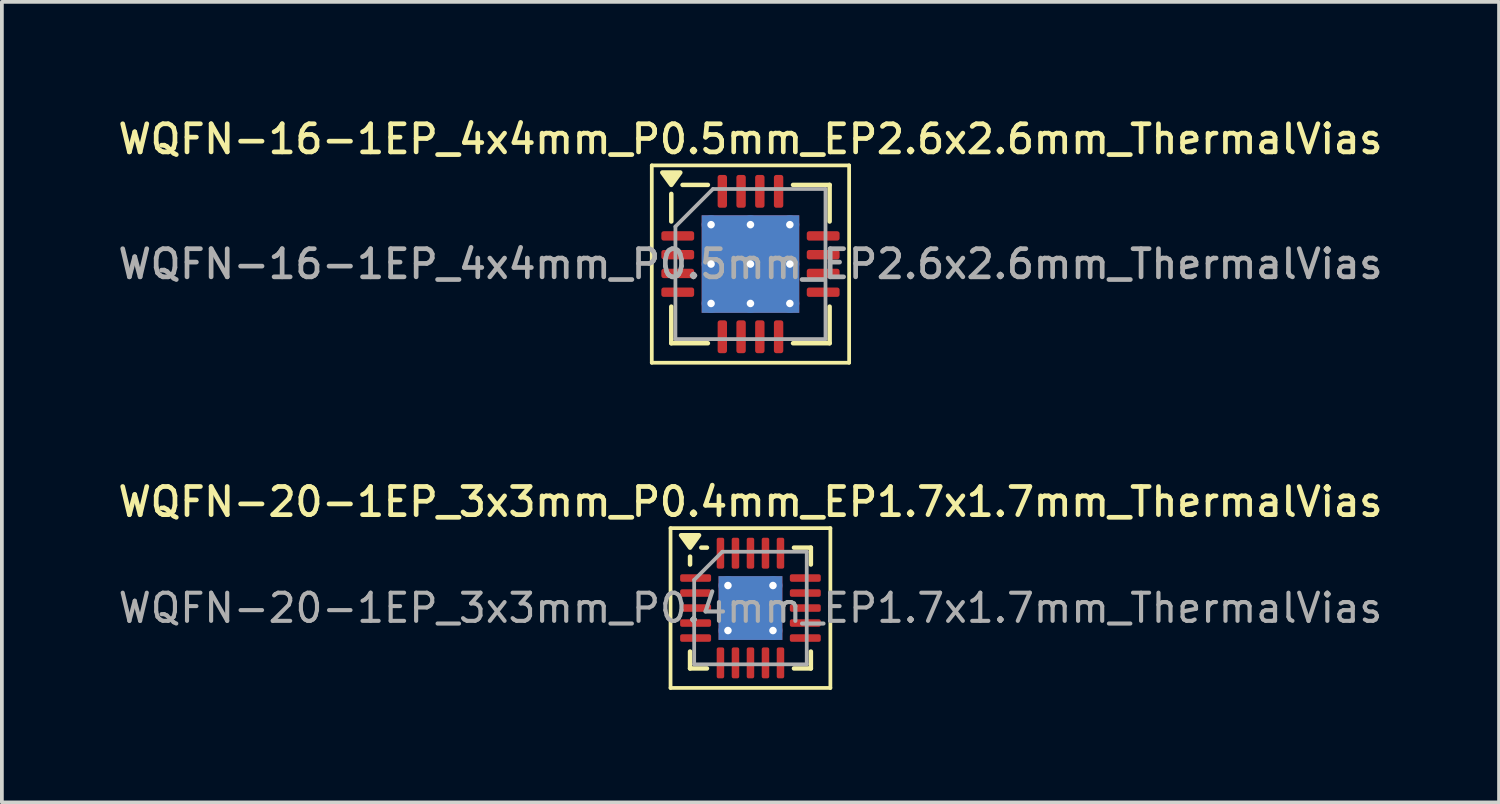
<source format=kicad_pcb>
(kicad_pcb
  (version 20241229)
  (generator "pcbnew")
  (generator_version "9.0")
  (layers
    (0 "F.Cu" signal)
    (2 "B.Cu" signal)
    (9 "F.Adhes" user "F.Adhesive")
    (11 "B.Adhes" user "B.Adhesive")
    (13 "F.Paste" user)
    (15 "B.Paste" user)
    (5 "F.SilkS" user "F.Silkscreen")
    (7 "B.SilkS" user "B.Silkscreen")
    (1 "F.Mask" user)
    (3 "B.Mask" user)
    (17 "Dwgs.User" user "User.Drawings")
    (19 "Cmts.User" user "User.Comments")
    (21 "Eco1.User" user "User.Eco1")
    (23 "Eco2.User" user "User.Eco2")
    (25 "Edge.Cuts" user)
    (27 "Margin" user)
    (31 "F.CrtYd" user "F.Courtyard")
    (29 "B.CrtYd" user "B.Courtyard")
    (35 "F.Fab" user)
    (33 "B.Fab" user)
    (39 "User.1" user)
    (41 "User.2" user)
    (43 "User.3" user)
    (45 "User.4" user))
  (footprint "WQFN-20-1EP_3x3mm_P0.4mm_EP1.7x1.7mm_ThermalVias"
    (layer "F.Cu")
    (at 16.952 13.156)
    (property "Reference" "WQFN-20-1EP_3x3mm_P0.4mm_EP1.7x1.7mm_ThermalVias" (at 0 -2.83 0) (layer "F.SilkS") (effects (font (size 0.75 0.75) (thickness 0.125))))
    (attr smd)
    (fp_line (start -2.13 -2.13) (end -2.13 2.13) (stroke (width 0.1) (type solid)) (layer "F.SilkS"))
    (fp_line (start -2.13 2.13) (end 2.13 2.13) (stroke (width 0.1) (type solid)) (layer "F.SilkS"))
    (fp_line (start -1.61 -1.16) (end -1.61 -1.37) (stroke (width 0.12) (type solid)) (layer "F.SilkS"))
    (fp_line (start -1.61 1.61) (end -1.61 1.16) (stroke (width 0.12) (type solid)) (layer "F.SilkS"))
    (fp_line (start -1.16 -1.61) (end -1.31 -1.61) (stroke (width 0.12) (type solid)) (layer "F.SilkS"))
    (fp_line (start -1.16 1.61) (end -1.61 1.61) (stroke (width 0.12) (type solid)) (layer "F.SilkS"))
    (fp_line (start 1.16 -1.61) (end 1.61 -1.61) (stroke (width 0.12) (type solid)) (layer "F.SilkS"))
    (fp_line (start 1.16 1.61) (end 1.61 1.61) (stroke (width 0.12) (type solid)) (layer "F.SilkS"))
    (fp_line (start 1.61 -1.61) (end 1.61 -1.16) (stroke (width 0.12) (type solid)) (layer "F.SilkS"))
    (fp_line (start 1.61 1.61) (end 1.61 1.16) (stroke (width 0.12) (type solid)) (layer "F.SilkS"))
    (fp_line (start 2.13 -2.13) (end -2.13 -2.13) (stroke (width 0.1) (type solid)) (layer "F.SilkS"))
    (fp_line (start 2.13 2.13) (end 2.13 -2.13) (stroke (width 0.1) (type solid)) (layer "F.SilkS"))
    (fp_poly (pts (xy -1.61 -1.61) (xy -1.85 -1.94) (xy -1.37 -1.94) (xy -1.61 -1.61)) (stroke (width 0.12) (type solid)) (fill yes) (layer "F.SilkS"))
    (fp_line (start -1.5 -0.75) (end -0.75 -1.5) (stroke (width 0.1) (type solid)) (layer "F.Fab"))
    (fp_line (start -1.5 1.5) (end -1.5 -0.75) (stroke (width 0.1) (type solid)) (layer "F.Fab"))
    (fp_line (start -0.75 -1.5) (end 1.5 -1.5) (stroke (width 0.1) (type solid)) (layer "F.Fab"))
    (fp_line (start 1.5 -1.5) (end 1.5 1.5) (stroke (width 0.1) (type solid)) (layer "F.Fab"))
    (fp_line (start 1.5 1.5) (end -1.5 1.5) (stroke (width 0.1) (type solid)) (layer "F.Fab"))
    (fp_text user "${REFERENCE}" (at 0 0 0) (layer "F.Fab") (effects (font (size 0.75 0.75) (thickness 0.11))))
    (pad "" smd roundrect (at -0.425 -0.425) (size 0.69 0.69) (layers "F.Paste") (roundrect_rratio 0.25))
    (pad "" smd roundrect (at -0.425 0.425) (size 0.69 0.69) (layers "F.Paste") (roundrect_rratio 0.25))
    (pad "" smd roundrect (at 0.425 -0.425) (size 0.69 0.69) (layers "F.Paste") (roundrect_rratio 0.25))
    (pad "" smd roundrect (at 0.425 0.425) (size 0.69 0.69) (layers "F.Paste") (roundrect_rratio 0.25))
    (pad "1" smd roundrect (at -1.462 -0.8) (size 0.825 0.2) (layers "F.Cu" "F.Mask" "F.Paste") (roundrect_rratio 0.25))
    (pad "2" smd roundrect (at -1.462 -0.4) (size 0.825 0.2) (layers "F.Cu" "F.Mask" "F.Paste") (roundrect_rratio 0.25))
    (pad "3" smd roundrect (at -1.462 0) (size 0.825 0.2) (layers "F.Cu" "F.Mask" "F.Paste") (roundrect_rratio 0.25))
    (pad "4" smd roundrect (at -1.462 0.4) (size 0.825 0.2) (layers "F.Cu" "F.Mask" "F.Paste") (roundrect_rratio 0.25))
    (pad "5" smd roundrect (at -1.462 0.8) (size 0.825 0.2) (layers "F.Cu" "F.Mask" "F.Paste") (roundrect_rratio 0.25))
    (pad "6" smd roundrect (at -0.8 1.462) (size 0.2 0.825) (layers "F.Cu" "F.Mask" "F.Paste") (roundrect_rratio 0.25))
    (pad "7" smd roundrect (at -0.4 1.462) (size 0.2 0.825) (layers "F.Cu" "F.Mask" "F.Paste") (roundrect_rratio 0.25))
    (pad "8" smd roundrect (at 0 1.462) (size 0.2 0.825) (layers "F.Cu" "F.Mask" "F.Paste") (roundrect_rratio 0.25))
    (pad "9" smd roundrect (at 0.4 1.462) (size 0.2 0.825) (layers "F.Cu" "F.Mask" "F.Paste") (roundrect_rratio 0.25))
    (pad "10" smd roundrect (at 0.8 1.462) (size 0.2 0.825) (layers "F.Cu" "F.Mask" "F.Paste") (roundrect_rratio 0.25))
    (pad "11" smd roundrect (at 1.462 0.8) (size 0.825 0.2) (layers "F.Cu" "F.Mask" "F.Paste") (roundrect_rratio 0.25))
    (pad "12" smd roundrect (at 1.462 0.4) (size 0.825 0.2) (layers "F.Cu" "F.Mask" "F.Paste") (roundrect_rratio 0.25))
    (pad "13" smd roundrect (at 1.462 0) (size 0.825 0.2) (layers "F.Cu" "F.Mask" "F.Paste") (roundrect_rratio 0.25))
    (pad "14" smd roundrect (at 1.462 -0.4) (size 0.825 0.2) (layers "F.Cu" "F.Mask" "F.Paste") (roundrect_rratio 0.25))
    (pad "15" smd roundrect (at 1.462 -0.8) (size 0.825 0.2) (layers "F.Cu" "F.Mask" "F.Paste") (roundrect_rratio 0.25))
    (pad "16" smd roundrect (at 0.8 -1.462) (size 0.2 0.825) (layers "F.Cu" "F.Mask" "F.Paste") (roundrect_rratio 0.25))
    (pad "17" smd roundrect (at 0.4 -1.462) (size 0.2 0.825) (layers "F.Cu" "F.Mask" "F.Paste") (roundrect_rratio 0.25))
    (pad "18" smd roundrect (at 0 -1.462) (size 0.2 0.825) (layers "F.Cu" "F.Mask" "F.Paste") (roundrect_rratio 0.25))
    (pad "19" smd roundrect (at -0.4 -1.462) (size 0.2 0.825) (layers "F.Cu" "F.Mask" "F.Paste") (roundrect_rratio 0.25))
    (pad "20" smd roundrect (at -0.8 -1.462) (size 0.2 0.825) (layers "F.Cu" "F.Mask" "F.Paste") (roundrect_rratio 0.25))
    (pad "21" thru_hole circle (at -0.6 -0.6) (size 0.5 0.5) (drill 0.2) (property pad_prop_heatsink) (layers "*.Cu"))
    (pad "21" thru_hole circle (at -0.6 0.6) (size 0.5 0.5) (drill 0.2) (property pad_prop_heatsink) (layers "*.Cu"))
    (pad "21" smd rect (at 0 0) (size 1.7 1.7) (property pad_prop_heatsink) (layers "F.Cu" "F.Mask"))
    (pad "21" smd rect (at 0 0) (size 1.7 1.7) (property pad_prop_heatsink) (layers "B.Cu"))
    (pad "21" thru_hole circle (at 0.6 -0.6) (size 0.5 0.5) (drill 0.2) (property pad_prop_heatsink) (layers "*.Cu"))
    (pad "21" thru_hole circle (at 0.6 0.6) (size 0.5 0.5) (drill 0.2) (property pad_prop_heatsink) (layers "*.Cu")))
  (footprint "WQFN-16-1EP_4x4mm_P0.5mm_EP2.6x2.6mm_ThermalVias"
    (layer "F.Cu")
    (at 16.952 3.988)
    (property "Reference" "WQFN-16-1EP_4x4mm_P0.5mm_EP2.6x2.6mm_ThermalVias" (at 0 -3.33 0) (layer "F.SilkS") (effects (font (size 0.75 0.75) (thickness 0.125))))
    (attr smd)
    (fp_line (start -2.63 -2.63) (end -2.63 2.63) (stroke (width 0.1) (type solid)) (layer "F.SilkS"))
    (fp_line (start -2.63 2.63) (end 2.63 2.63) (stroke (width 0.1) (type solid)) (layer "F.SilkS"))
    (fp_line (start -2.11 -1.135) (end -2.11 -1.87) (stroke (width 0.12) (type solid)) (layer "F.SilkS"))
    (fp_line (start -2.11 2.11) (end -2.11 1.135) (stroke (width 0.12) (type solid)) (layer "F.SilkS"))
    (fp_line (start -1.135 -2.11) (end -1.81 -2.11) (stroke (width 0.12) (type solid)) (layer "F.SilkS"))
    (fp_line (start -1.135 2.11) (end -2.11 2.11) (stroke (width 0.12) (type solid)) (layer "F.SilkS"))
    (fp_line (start 1.135 -2.11) (end 2.11 -2.11) (stroke (width 0.12) (type solid)) (layer "F.SilkS"))
    (fp_line (start 1.135 2.11) (end 2.11 2.11) (stroke (width 0.12) (type solid)) (layer "F.SilkS"))
    (fp_line (start 2.11 -2.11) (end 2.11 -1.135) (stroke (width 0.12) (type solid)) (layer "F.SilkS"))
    (fp_line (start 2.11 2.11) (end 2.11 1.135) (stroke (width 0.12) (type solid)) (layer "F.SilkS"))
    (fp_line (start 2.63 -2.63) (end -2.63 -2.63) (stroke (width 0.1) (type solid)) (layer "F.SilkS"))
    (fp_line (start 2.63 2.63) (end 2.63 -2.63) (stroke (width 0.1) (type solid)) (layer "F.SilkS"))
    (fp_poly (pts (xy -2.11 -2.11) (xy -2.35 -2.44) (xy -1.87 -2.44) (xy -2.11 -2.11)) (stroke (width 0.12) (type solid)) (fill yes) (layer "F.SilkS"))
    (fp_line (start -2 -1) (end -1 -2) (stroke (width 0.1) (type solid)) (layer "F.Fab"))
    (fp_line (start -2 2) (end -2 -1) (stroke (width 0.1) (type solid)) (layer "F.Fab"))
    (fp_line (start -1 -2) (end 2 -2) (stroke (width 0.1) (type solid)) (layer "F.Fab"))
    (fp_line (start 2 -2) (end 2 2) (stroke (width 0.1) (type solid)) (layer "F.Fab"))
    (fp_line (start 2 2) (end -2 2) (stroke (width 0.1) (type solid)) (layer "F.Fab"))
    (fp_text user "${REFERENCE}" (at 0 0 0) (layer "F.Fab") (effects (font (size 0.75 0.75) (thickness 0.125))))
    (pad "" smd roundrect (at -0.65 -0.65) (size 1.13 1.13) (layers "F.Paste") (roundrect_rratio 0.221))
    (pad "" smd roundrect (at -0.65 0.65) (size 1.13 1.13) (layers "F.Paste") (roundrect_rratio 0.221))
    (pad "" smd roundrect (at 0.65 -0.65) (size 1.13 1.13) (layers "F.Paste") (roundrect_rratio 0.221))
    (pad "" smd roundrect (at 0.65 0.65) (size 1.13 1.13) (layers "F.Paste") (roundrect_rratio 0.221))
    (pad "1" smd roundrect (at -1.938 -0.75) (size 0.875 0.25) (layers "F.Cu" "F.Mask" "F.Paste") (roundrect_rratio 0.25))
    (pad "2" smd roundrect (at -1.938 -0.25) (size 0.875 0.25) (layers "F.Cu" "F.Mask" "F.Paste") (roundrect_rratio 0.25))
    (pad "3" smd roundrect (at -1.938 0.25) (size 0.875 0.25) (layers "F.Cu" "F.Mask" "F.Paste") (roundrect_rratio 0.25))
    (pad "4" smd roundrect (at -1.938 0.75) (size 0.875 0.25) (layers "F.Cu" "F.Mask" "F.Paste") (roundrect_rratio 0.25))
    (pad "5" smd roundrect (at -0.75 1.938) (size 0.25 0.875) (layers "F.Cu" "F.Mask" "F.Paste") (roundrect_rratio 0.25))
    (pad "6" smd roundrect (at -0.25 1.938) (size 0.25 0.875) (layers "F.Cu" "F.Mask" "F.Paste") (roundrect_rratio 0.25))
    (pad "7" smd roundrect (at 0.25 1.938) (size 0.25 0.875) (layers "F.Cu" "F.Mask" "F.Paste") (roundrect_rratio 0.25))
    (pad "8" smd roundrect (at 0.75 1.938) (size 0.25 0.875) (layers "F.Cu" "F.Mask" "F.Paste") (roundrect_rratio 0.25))
    (pad "9" smd roundrect (at 1.938 0.75) (size 0.875 0.25) (layers "F.Cu" "F.Mask" "F.Paste") (roundrect_rratio 0.25))
    (pad "10" smd roundrect (at 1.938 0.25) (size 0.875 0.25) (layers "F.Cu" "F.Mask" "F.Paste") (roundrect_rratio 0.25))
    (pad "11" smd roundrect (at 1.938 -0.25) (size 0.875 0.25) (layers "F.Cu" "F.Mask" "F.Paste") (roundrect_rratio 0.25))
    (pad "12" smd roundrect (at 1.938 -0.75) (size 0.875 0.25) (layers "F.Cu" "F.Mask" "F.Paste") (roundrect_rratio 0.25))
    (pad "13" smd roundrect (at 0.75 -1.938) (size 0.25 0.875) (layers "F.Cu" "F.Mask" "F.Paste") (roundrect_rratio 0.25))
    (pad "14" smd roundrect (at 0.25 -1.938) (size 0.25 0.875) (layers "F.Cu" "F.Mask" "F.Paste") (roundrect_rratio 0.25))
    (pad "15" smd roundrect (at -0.25 -1.938) (size 0.25 0.875) (layers "F.Cu" "F.Mask" "F.Paste") (roundrect_rratio 0.25))
    (pad "16" smd roundrect (at -0.75 -1.938) (size 0.25 0.875) (layers "F.Cu" "F.Mask" "F.Paste") (roundrect_rratio 0.25))
    (pad "17" thru_hole circle (at -1.05 -1.05) (size 0.5 0.5) (drill 0.2) (property pad_prop_heatsink) (layers "*.Cu"))
    (pad "17" thru_hole circle (at -1.05 0) (size 0.5 0.5) (drill 0.2) (property pad_prop_heatsink) (layers "*.Cu"))
    (pad "17" thru_hole circle (at -1.05 1.05) (size 0.5 0.5) (drill 0.2) (property pad_prop_heatsink) (layers "*.Cu"))
    (pad "17" thru_hole circle (at 0 -1.05) (size 0.5 0.5) (drill 0.2) (property pad_prop_heatsink) (layers "*.Cu"))
    (pad "17" thru_hole circle (at 0 0) (size 0.5 0.5) (drill 0.2) (property pad_prop_heatsink) (layers "*.Cu"))
    (pad "17" smd rect (at 0 0) (size 2.6 2.6) (property pad_prop_heatsink) (layers "F.Cu" "F.Mask"))
    (pad "17" smd rect (at 0 0) (size 2.6 2.6) (property pad_prop_heatsink) (layers "B.Cu"))
    (pad "17" thru_hole circle (at 0 1.05) (size 0.5 0.5) (drill 0.2) (property pad_prop_heatsink) (layers "*.Cu"))
    (pad "17" thru_hole circle (at 1.05 -1.05) (size 0.5 0.5) (drill 0.2) (property pad_prop_heatsink) (layers "*.Cu"))
    (pad "17" thru_hole circle (at 1.05 0) (size 0.5 0.5) (drill 0.2) (property pad_prop_heatsink) (layers "*.Cu"))
    (pad "17" thru_hole circle (at 1.05 1.05) (size 0.5 0.5) (drill 0.2) (property pad_prop_heatsink) (layers "*.Cu")))
  (gr_rect
    (start -3 -3)
    (end 36.904 18.336)
    (stroke (width 0.1) (type default))
    (fill no)
    (layer "Edge.Cuts")))
</source>
